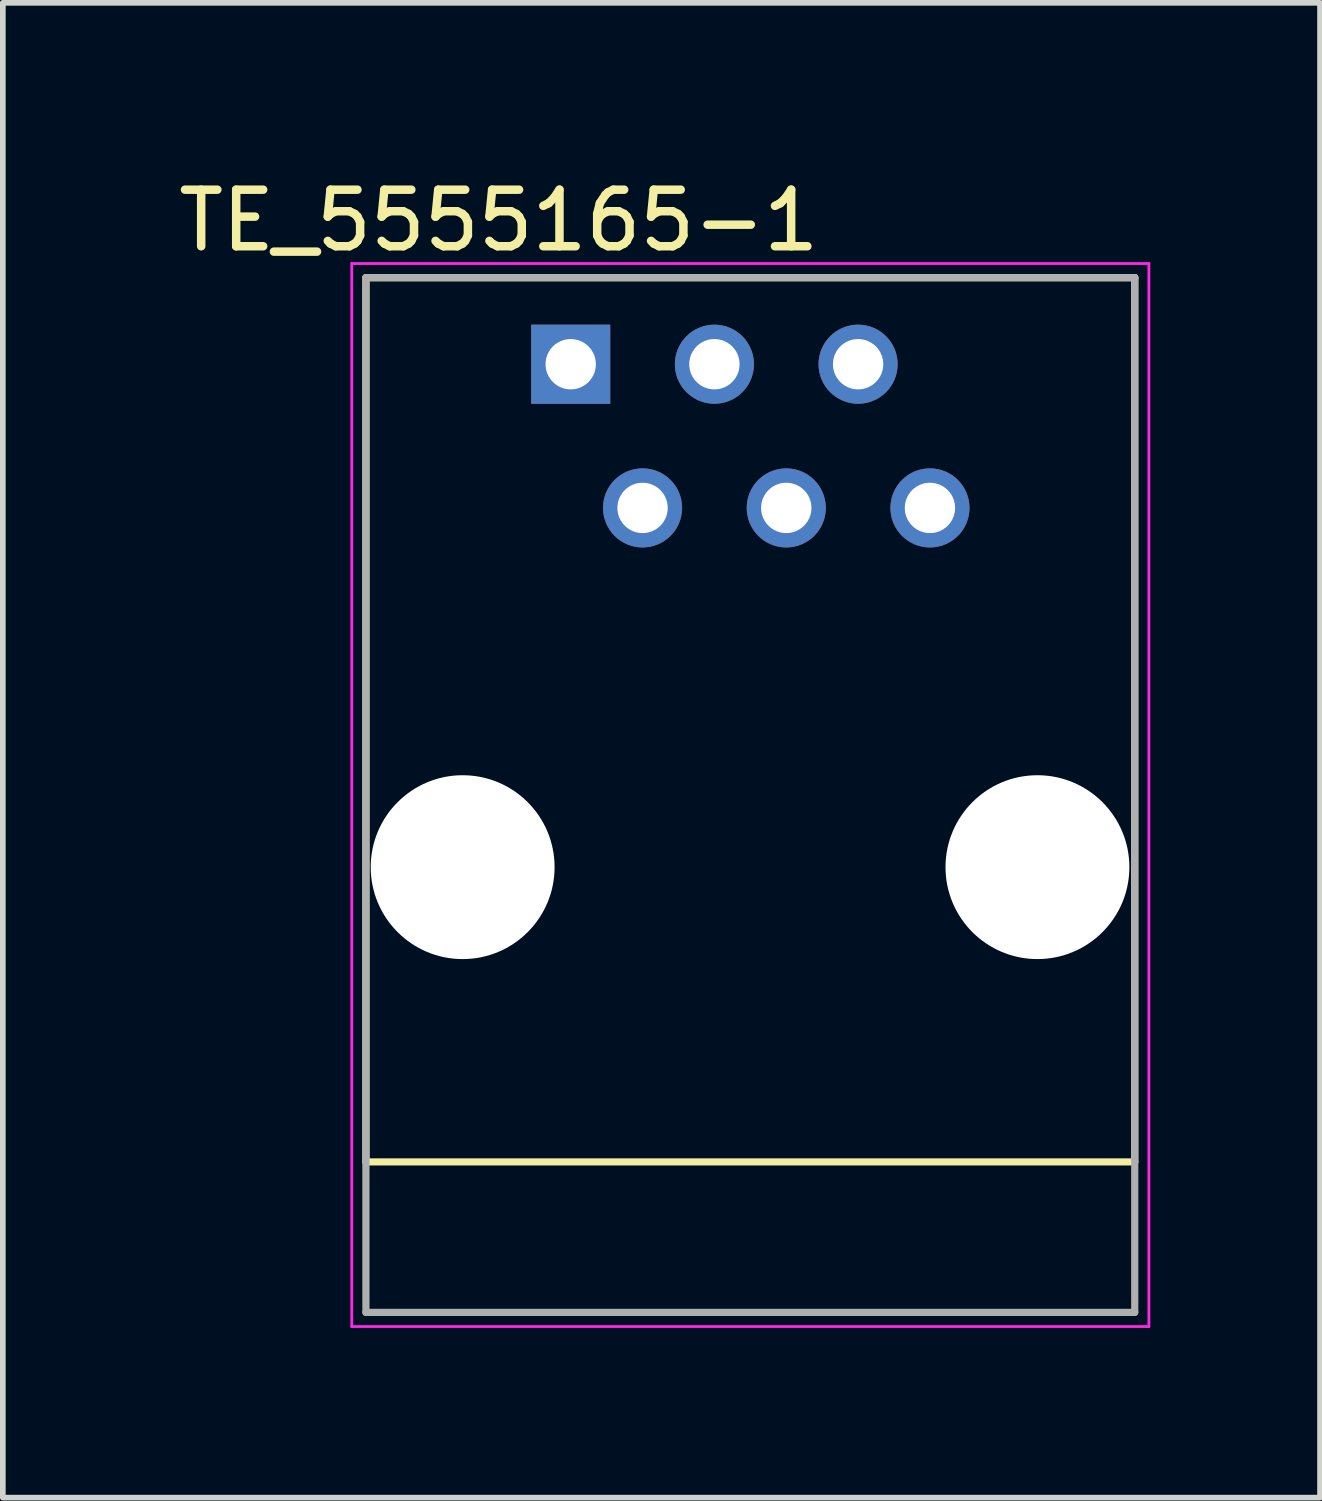
<source format=kicad_pcb>
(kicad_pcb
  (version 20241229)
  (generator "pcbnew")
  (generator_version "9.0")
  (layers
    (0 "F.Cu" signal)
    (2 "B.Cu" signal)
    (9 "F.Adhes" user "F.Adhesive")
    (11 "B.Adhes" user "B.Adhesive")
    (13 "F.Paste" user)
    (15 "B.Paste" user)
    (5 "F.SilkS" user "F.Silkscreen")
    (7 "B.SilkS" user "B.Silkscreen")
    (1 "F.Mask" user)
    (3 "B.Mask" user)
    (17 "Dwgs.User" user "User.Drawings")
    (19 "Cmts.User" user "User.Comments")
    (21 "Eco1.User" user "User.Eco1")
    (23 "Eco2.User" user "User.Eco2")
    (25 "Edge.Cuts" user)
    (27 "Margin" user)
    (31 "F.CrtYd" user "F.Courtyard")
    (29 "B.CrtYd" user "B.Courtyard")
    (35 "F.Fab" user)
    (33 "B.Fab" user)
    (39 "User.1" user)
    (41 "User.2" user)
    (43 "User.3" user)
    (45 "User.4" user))
  (footprint "TE_5555165-1"
    (layer "F.Cu")
    (at 7.038 3.388)
    (property "Reference" "TE_5555165-1" (at -1.27 -2.54 0) (layer "F.SilkS") (effects (font (size 1 1) (thickness 0.15))))
    (attr through_hole)
    (fp_line (start -3.62 -1.53) (end 9.97 -1.53) (stroke (width 0.127) (type solid)) (layer "F.SilkS"))
    (fp_line (start -3.62 14.1) (end -3.62 -1.53) (stroke (width 0.127) (type solid)) (layer "F.SilkS"))
    (fp_line (start 9.97 -1.53) (end 9.97 14.1) (stroke (width 0.127) (type solid)) (layer "F.SilkS"))
    (fp_line (start 9.97 14.1) (end -3.62 14.1) (stroke (width 0.127) (type solid)) (layer "F.SilkS"))
    (fp_line (start -3.87 -1.78) (end 10.22 -1.78) (stroke (width 0.05) (type solid)) (layer "F.CrtYd"))
    (fp_line (start -3.87 17.01) (end -3.87 -1.78) (stroke (width 0.05) (type solid)) (layer "F.CrtYd"))
    (fp_line (start 10.22 -1.78) (end 10.22 17.01) (stroke (width 0.05) (type solid)) (layer "F.CrtYd"))
    (fp_line (start 10.22 17.01) (end -3.87 17.01) (stroke (width 0.05) (type solid)) (layer "F.CrtYd"))
    (fp_line (start -3.62 -1.53) (end 9.97 -1.53) (stroke (width 0.127) (type solid)) (layer "F.Fab"))
    (fp_line (start -3.62 16.76) (end -3.62 -1.53) (stroke (width 0.127) (type solid)) (layer "F.Fab"))
    (fp_line (start 9.97 -1.53) (end 9.97 16.76) (stroke (width 0.127) (type solid)) (layer "F.Fab"))
    (fp_line (start 9.97 16.76) (end -3.62 16.76) (stroke (width 0.127) (type solid)) (layer "F.Fab"))
    (pad "" np_thru_hole circle (at -1.91 8.89) (size 3.25 3.25) (drill 3.25) (layers "*.Cu" "*.Mask"))
    (pad "" np_thru_hole circle (at 8.25 8.89) (size 3.25 3.25) (drill 3.25) (layers "*.Cu" "*.Mask"))
    (pad "1" thru_hole rect (at 0 0) (size 1.398 1.398) (drill 0.89) (layers "*.Cu" "*.Mask"))
    (pad "2" thru_hole circle (at 1.27 2.54) (size 1.398 1.398) (drill 0.89) (layers "*.Cu" "*.Mask"))
    (pad "3" thru_hole circle (at 2.54 0) (size 1.398 1.398) (drill 0.89) (layers "*.Cu" "*.Mask"))
    (pad "4" thru_hole circle (at 3.81 2.54) (size 1.398 1.398) (drill 0.89) (layers "*.Cu" "*.Mask"))
    (pad "5" thru_hole circle (at 5.08 0) (size 1.398 1.398) (drill 0.89) (layers "*.Cu" "*.Mask"))
    (pad "6" thru_hole circle (at 6.35 2.54) (size 1.398 1.398) (drill 0.89) (layers "*.Cu" "*.Mask")))
  (gr_rect
    (start -3 -3)
    (end 20.283 23.423)
    (stroke (width 0.1) (type default))
    (fill no)
    (layer "Edge.Cuts")))
</source>
